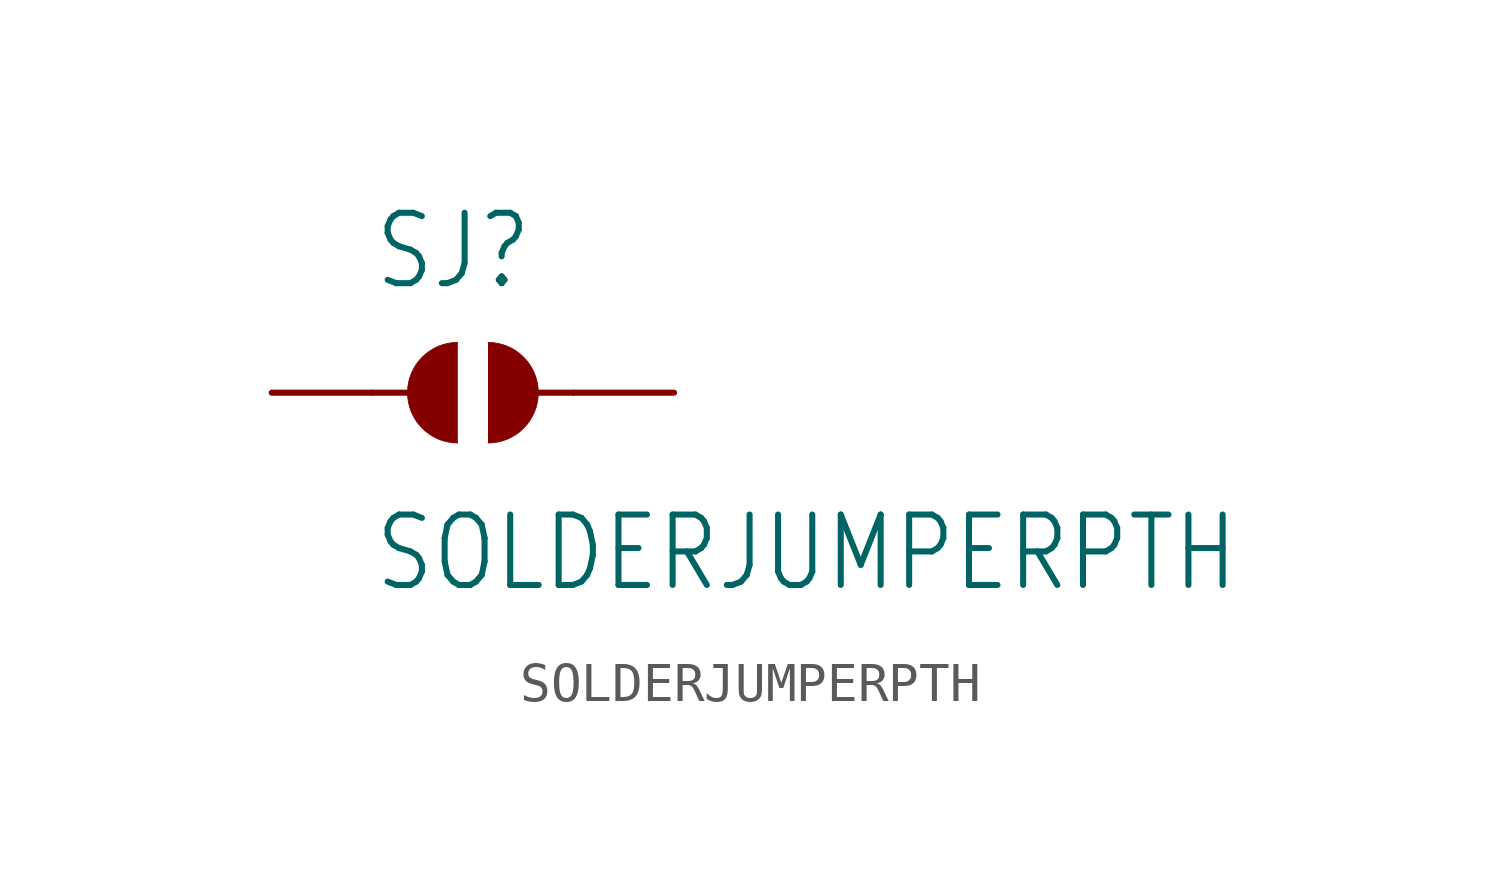
<source format=kicad_sym>
(kicad_symbol_lib
  (version 20211014)
  (generator kicad_symbol_editor)
  (symbol "SOLDERJUMPERPTH"
    (property "Reference" "SJ"
      (at -2.54 2.54 0)
      (effects (font (size 1.778 1.511)) (justify left bottom)))
    (property "Value" "SOLDERJUMPERPTH"
      (at -2.54 -5.08 0)
      (effects (font (size 1.778 1.511)) (justify left bottom)))
    (property "ki_locked" ""
      (at 0 0 0)
      (effects (font (size 1.27 1.27))))
    (symbol "SOLDERJUMPERPTH_1_0"
      (arc (start -0.381 1.2699) (mid -1.6508 0) (end -0.381 -1.2699) (stroke (width 0.0001) (type default) (color 0 0 0 0)) (fill (type outline)))
      (polyline (pts (xy -2.54 0) (xy -1.651 0)) (stroke (width 0.152) (type default) (color 0 0 0 0)) (fill (type none)))
      (polyline (pts (xy 2.54 0) (xy 1.651 0)) (stroke (width 0.152) (type default) (color 0 0 0 0)) (fill (type none)))
      (arc (start 0.381 -1.2699) (mid 1.6508 0) (end 0.381 1.2699) (stroke (width 0.0001) (type default) (color 0 0 0 0)) (fill (type outline)))
      (pin passive line (at -5.08 0 0) (length 2.54) (name "1" (effects (font (size 0 0)))) (number "1" (effects (font (size 0 0)))))
      (pin passive line (at 5.08 0 180) (length 2.54) (name "2" (effects (font (size 0 0)))) (number "2" (effects (font (size 0 0))))))))
</source>
